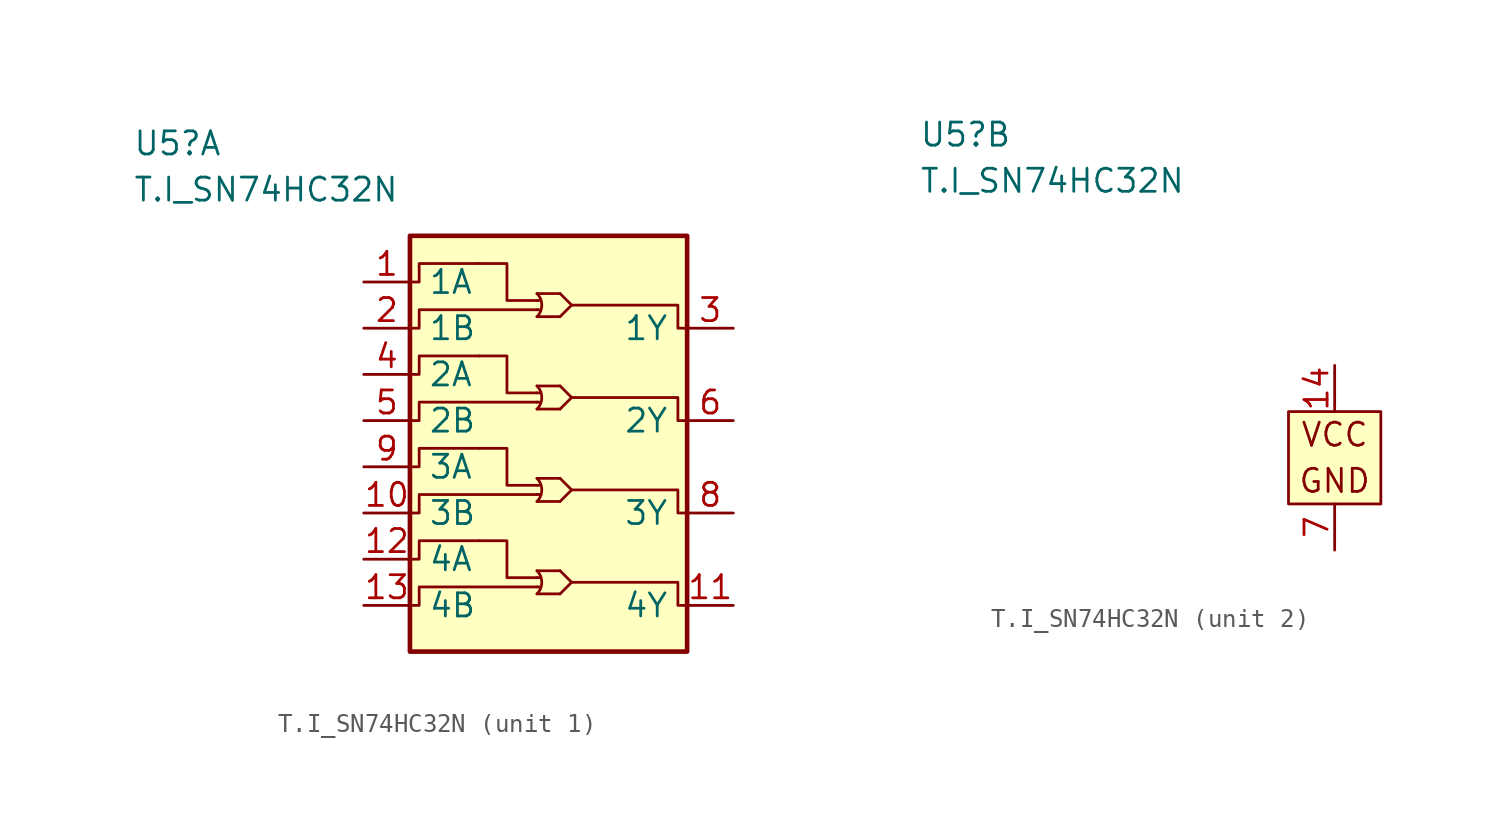
<source format=kicad_sym>
(kicad_symbol_lib
  (version 20220914)
  (generator kicad_symbol_editor)
  (symbol "T.I_SN74HC32N"
    (pin_names
      (offset 1))
    (property "Reference" "U5"
      (at -22.86 17.78 0)
      (effects (font (size 1.27 1.27)) (justify left)))
    (property "Value" "T.I_SN74HC32N"
      (at -22.86 15.24 0)
      (effects (font (size 1.27 1.27)) (justify left)))
    (property "ki_locked" ""
      (at 0 0 0)
      (effects (font (size 1.27 1.27))))
    (symbol "T.I_SN74HC32N_1_1"
      (rectangle (start -7.62 12.7) (end 7.62 -10.16) (stroke (width 0.254) (type default)) (fill (type background)))
      (arc (start -0.635 -6.985) (mid -0.372 -6.35) (end -0.635 -5.715) (stroke (width 0) (type default)) (fill (type none)))
      (arc (start -0.635 -1.905) (mid -0.372 -1.27) (end -0.635 -0.635) (stroke (width 0) (type default)) (fill (type none)))
      (arc (start -0.635 3.175) (mid -0.372 3.81) (end -0.635 4.445) (stroke (width 0) (type default)) (fill (type none)))
      (arc (start -0.635 8.255) (mid -0.372 8.89) (end -0.635 9.525) (stroke (width 0) (type default)) (fill (type none)))
      (polyline (pts (xy -0.635 -6.604) (xy -0.508 -6.604)) (stroke (width 0) (type default)) (fill (type none)))
      (polyline (pts (xy -0.635 -6.096) (xy -0.508 -6.096)) (stroke (width 0) (type default)) (fill (type none)))
      (polyline (pts (xy -0.635 -1.524) (xy -0.508 -1.524)) (stroke (width 0) (type default)) (fill (type none)))
      (polyline (pts (xy -0.635 -1.016) (xy -0.508 -1.016)) (stroke (width 0) (type default)) (fill (type none)))
      (polyline (pts (xy -0.635 3.556) (xy -0.508 3.556)) (stroke (width 0) (type default)) (fill (type none)))
      (polyline (pts (xy -0.635 4.064) (xy -0.508 4.064)) (stroke (width 0) (type default)) (fill (type none)))
      (polyline (pts (xy -0.635 8.636) (xy -0.508 8.636)) (stroke (width 0) (type default)) (fill (type none)))
      (polyline (pts (xy -0.635 9.144) (xy -0.508 9.144)) (stroke (width 0) (type default)) (fill (type none)))
      (polyline (pts (xy 0.635 -6.985) (xy -0.635 -6.985)) (stroke (width 0) (type default)) (fill (type none)))
      (polyline (pts (xy 0.635 -5.715) (xy -0.635 -5.715)) (stroke (width 0) (type default)) (fill (type none)))
      (polyline (pts (xy 0.635 -1.905) (xy -0.635 -1.905)) (stroke (width 0) (type default)) (fill (type none)))
      (polyline (pts (xy 0.635 -0.635) (xy -0.635 -0.635)) (stroke (width 0) (type default)) (fill (type none)))
      (polyline (pts (xy 0.635 3.175) (xy -0.635 3.175)) (stroke (width 0) (type default)) (fill (type none)))
      (polyline (pts (xy 0.635 4.445) (xy -0.635 4.445)) (stroke (width 0) (type default)) (fill (type none)))
      (polyline (pts (xy 0.635 8.255) (xy -0.635 8.255)) (stroke (width 0) (type default)) (fill (type none)))
      (polyline (pts (xy 0.635 9.525) (xy -0.635 9.525)) (stroke (width 0) (type default)) (fill (type none)))
      (polyline (pts (xy 0.635 -5.715) (xy 1.27 -6.35) (xy 0.635 -6.985)) (stroke (width 0) (type default)) (fill (type none)))
      (polyline (pts (xy 0.635 -0.635) (xy 1.27 -1.27) (xy 0.635 -1.905)) (stroke (width 0) (type default)) (fill (type none)))
      (polyline (pts (xy 0.635 4.445) (xy 1.27 3.81) (xy 0.635 3.175)) (stroke (width 0) (type default)) (fill (type none)))
      (polyline (pts (xy 0.635 9.525) (xy 1.27 8.89) (xy 0.635 8.255)) (stroke (width 0) (type default)) (fill (type none)))
      (polyline (pts (xy -0.635 -6.096) (xy -2.286 -6.096) (xy -2.286 -4.064) (xy -3.81 -4.064)) (stroke (width 0) (type default)) (fill (type none)))
      (polyline (pts (xy -0.635 -1.016) (xy -2.286 -1.016) (xy -2.286 1.016) (xy -3.81 1.016)) (stroke (width 0) (type default)) (fill (type none)))
      (polyline (pts (xy -0.635 4.064) (xy -2.286 4.064) (xy -2.286 6.096) (xy -3.81 6.096)) (stroke (width 0) (type default)) (fill (type none)))
      (polyline (pts (xy -0.635 9.144) (xy -2.286 9.144) (xy -2.286 11.176) (xy -3.81 11.176)) (stroke (width 0) (type default)) (fill (type none)))
      (polyline (pts (xy -3.81 -4.064) (xy -3.81 -4.064) (xy -7.112 -4.064) (xy -7.112 -5.08) (xy -7.62 -5.08)) (stroke (width 0) (type default)) (fill (type none)))
      (polyline (pts (xy -3.81 1.016) (xy -3.81 1.016) (xy -7.112 1.016) (xy -7.112 0) (xy -7.62 0)) (stroke (width 0) (type default)) (fill (type none)))
      (polyline (pts (xy -3.81 6.096) (xy -3.81 6.096) (xy -7.112 6.096) (xy -7.112 5.08) (xy -7.62 5.08)) (stroke (width 0) (type default)) (fill (type none)))
      (polyline (pts (xy -3.81 11.176) (xy -3.81 11.176) (xy -7.112 11.176) (xy -7.112 10.16) (xy -7.62 10.16)) (stroke (width 0) (type default)) (fill (type none)))
      (polyline (pts (xy -0.635 -6.604) (xy -3.81 -6.604) (xy -7.112 -6.604) (xy -7.112 -7.62) (xy -7.62 -7.62)) (stroke (width 0) (type default)) (fill (type none)))
      (polyline (pts (xy -0.635 -1.524) (xy -3.81 -1.524) (xy -7.112 -1.524) (xy -7.112 -2.54) (xy -7.62 -2.54)) (stroke (width 0) (type default)) (fill (type none)))
      (polyline (pts (xy -0.635 3.556) (xy -3.81 3.556) (xy -7.112 3.556) (xy -7.112 2.54) (xy -7.62 2.54)) (stroke (width 0) (type default)) (fill (type none)))
      (polyline (pts (xy -0.635 8.636) (xy -3.81 8.636) (xy -7.112 8.636) (xy -7.112 7.62) (xy -7.62 7.62)) (stroke (width 0) (type default)) (fill (type none)))
      (polyline (pts (xy 1.27 -6.35) (xy 3.81 -6.35) (xy 7.112 -6.35) (xy 7.112 -7.62) (xy 7.62 -7.62)) (stroke (width 0) (type default)) (fill (type none)))
      (polyline (pts (xy 1.27 -1.27) (xy 3.81 -1.27) (xy 7.112 -1.27) (xy 7.112 -2.54) (xy 7.62 -2.54)) (stroke (width 0) (type default)) (fill (type none)))
      (polyline (pts (xy 1.27 3.81) (xy 3.81 3.81) (xy 7.112 3.81) (xy 7.112 2.54) (xy 7.62 2.54)) (stroke (width 0) (type default)) (fill (type none)))
      (polyline (pts (xy 1.27 8.89) (xy 3.81 8.89) (xy 7.112 8.89) (xy 7.112 7.62) (xy 7.62 7.62)) (stroke (width 0) (type default)) (fill (type none)))
      (pin input line (at -10.16 10.16 0) (length 2.54) (name "1A" (effects (font (size 1.27 1.27)))) (number "1" (effects (font (size 1.27 1.27)))))
      (pin input line (at -10.16 -2.54 0) (length 2.54) (name "3B" (effects (font (size 1.27 1.27)))) (number "10" (effects (font (size 1.27 1.27)))))
      (pin output line (at 10.16 -7.62 180) (length 2.54) (name "4Y" (effects (font (size 1.27 1.27)))) (number "11" (effects (font (size 1.27 1.27)))))
      (pin input line (at -10.16 -5.08 0) (length 2.54) (name "4A" (effects (font (size 1.27 1.27)))) (number "12" (effects (font (size 1.27 1.27)))))
      (pin input line (at -10.16 -7.62 0) (length 2.54) (name "4B" (effects (font (size 1.27 1.27)))) (number "13" (effects (font (size 1.27 1.27)))))
      (pin input line (at -10.16 7.62 0) (length 2.54) (name "1B" (effects (font (size 1.27 1.27)))) (number "2" (effects (font (size 1.27 1.27)))))
      (pin output line (at 10.16 7.62 180) (length 2.54) (name "1Y" (effects (font (size 1.27 1.27)))) (number "3" (effects (font (size 1.27 1.27)))))
      (pin input line (at -10.16 5.08 0) (length 2.54) (name "2A" (effects (font (size 1.27 1.27)))) (number "4" (effects (font (size 1.27 1.27)))))
      (pin input line (at -10.16 2.54 0) (length 2.54) (name "2B" (effects (font (size 1.27 1.27)))) (number "5" (effects (font (size 1.27 1.27)))))
      (pin output line (at 10.16 2.54 180) (length 2.54) (name "2Y" (effects (font (size 1.27 1.27)))) (number "6" (effects (font (size 1.27 1.27)))))
      (pin output line (at 10.16 -2.54 180) (length 2.54) (name "3Y" (effects (font (size 1.27 1.27)))) (number "8" (effects (font (size 1.27 1.27)))))
      (pin input line (at -10.16 0 0) (length 2.54) (name "3A" (effects (font (size 1.27 1.27)))) (number "9" (effects (font (size 1.27 1.27))))))
    (symbol "T.I_SN74HC32N_2_0"
      (text "GND" (at 0 -1.27 0) (effects (font (size 1.27 1.27))))
      (text "VCC" (at 0 1.27 0) (effects (font (size 1.27 1.27)))))
    (symbol "T.I_SN74HC32N_2_1"
      (rectangle (start -2.54 2.54) (end 2.54 -2.54) (stroke (width 0) (type default)) (fill (type background)))
      (pin power_in line (at 0 5.08 270) (length 2.54) (name "VCC" (effects (font (size 0 0)))) (number "14" (effects (font (size 1.27 1.27)))))
      (pin power_in line (at 0 -5.08 90) (length 2.54) (name "GND" (effects (font (size 0 0)))) (number "7" (effects (font (size 1.27 1.27))))))))
</source>
